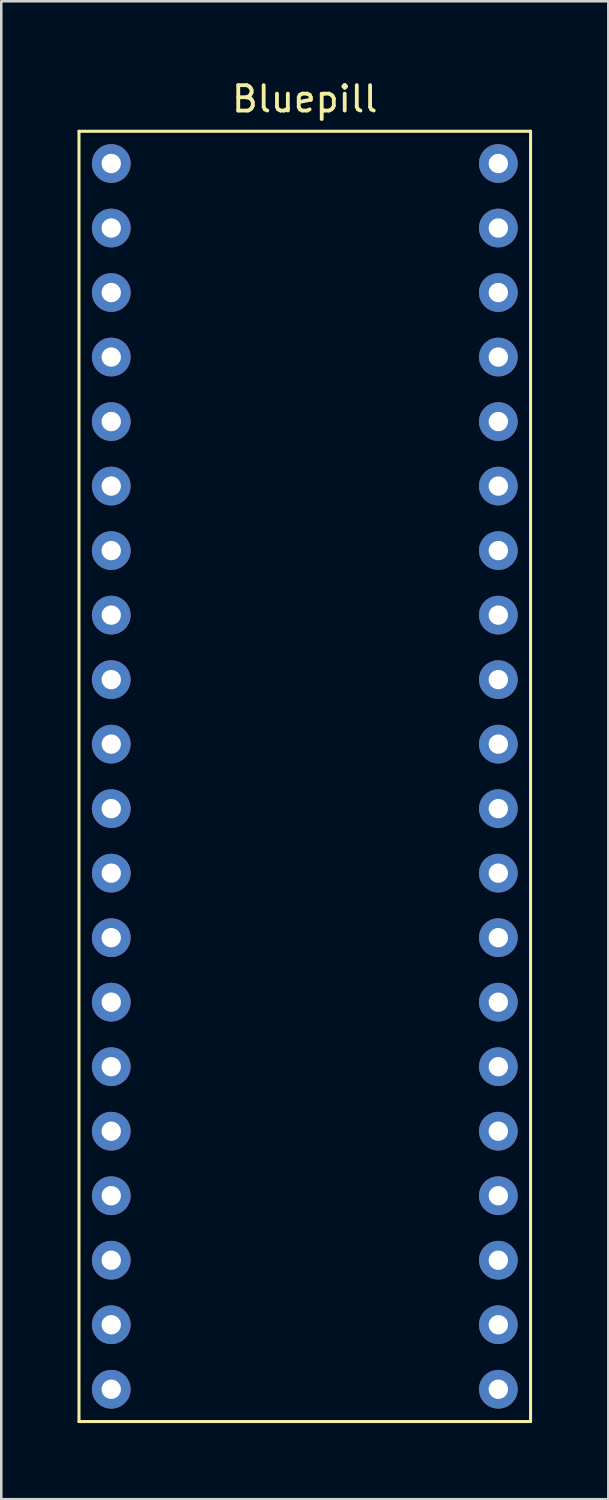
<source format=kicad_pcb>
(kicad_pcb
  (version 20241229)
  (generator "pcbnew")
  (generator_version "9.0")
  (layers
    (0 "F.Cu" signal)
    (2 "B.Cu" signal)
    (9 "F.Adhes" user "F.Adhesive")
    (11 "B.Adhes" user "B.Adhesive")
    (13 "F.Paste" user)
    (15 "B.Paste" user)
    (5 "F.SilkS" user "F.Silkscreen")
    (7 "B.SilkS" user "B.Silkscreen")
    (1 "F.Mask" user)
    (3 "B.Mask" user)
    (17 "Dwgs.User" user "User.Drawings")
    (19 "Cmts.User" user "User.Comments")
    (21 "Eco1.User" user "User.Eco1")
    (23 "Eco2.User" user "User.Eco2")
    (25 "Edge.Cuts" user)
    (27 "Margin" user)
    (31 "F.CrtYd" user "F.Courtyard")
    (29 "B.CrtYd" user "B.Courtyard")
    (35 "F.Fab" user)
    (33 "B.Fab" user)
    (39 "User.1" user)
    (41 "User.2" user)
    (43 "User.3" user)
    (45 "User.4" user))
  (footprint "Bluepill"
    (layer "F.Cu")
    (at 8.95 2.118)
    (property "Reference" "Bluepill" (at 0 -1.27 0) (layer "F.SilkS") (effects (font (size 1 1) (thickness 0.15))))
    (attr through_hole)
    (fp_line (start -8.89 0) (end 8.89 0) (stroke (width 0.12) (type solid)) (layer "F.SilkS"))
    (fp_line (start -8.89 50.8) (end -8.89 0) (stroke (width 0.12) (type solid)) (layer "F.SilkS"))
    (fp_line (start 8.89 0) (end 8.89 50.8) (stroke (width 0.12) (type solid)) (layer "F.SilkS"))
    (fp_line (start 8.89 50.8) (end -8.89 50.8) (stroke (width 0.12) (type solid)) (layer "F.SilkS"))
    (pad "1" thru_hole circle (at 7.62 49.53) (size 1.524 1.524) (drill 0.762) (layers "*.Cu" "*.Mask"))
    (pad "2" thru_hole circle (at 7.62 46.99) (size 1.524 1.524) (drill 0.762) (layers "*.Cu" "*.Mask"))
    (pad "3" thru_hole circle (at 7.62 44.45) (size 1.524 1.524) (drill 0.762) (layers "*.Cu" "*.Mask"))
    (pad "4" thru_hole circle (at 7.62 41.91) (size 1.524 1.524) (drill 0.762) (layers "*.Cu" "*.Mask"))
    (pad "7" thru_hole circle (at 7.62 8.89) (size 1.524 1.524) (drill 0.762) (layers "*.Cu" "*.Mask"))
    (pad "10" thru_hole circle (at 7.62 39.37) (size 1.524 1.524) (drill 0.762) (layers "*.Cu" "*.Mask"))
    (pad "11" thru_hole circle (at 7.62 36.83) (size 1.524 1.524) (drill 0.762) (layers "*.Cu" "*.Mask"))
    (pad "12" thru_hole circle (at 7.62 34.29) (size 1.524 1.524) (drill 0.762) (layers "*.Cu" "*.Mask"))
    (pad "13" thru_hole circle (at 7.62 31.75) (size 1.524 1.524) (drill 0.762) (layers "*.Cu" "*.Mask"))
    (pad "14" thru_hole circle (at 7.62 29.21) (size 1.524 1.524) (drill 0.762) (layers "*.Cu" "*.Mask"))
    (pad "15" thru_hole circle (at 7.62 26.67) (size 1.524 1.524) (drill 0.762) (layers "*.Cu" "*.Mask"))
    (pad "16" thru_hole circle (at 7.62 24.13) (size 1.524 1.524) (drill 0.762) (layers "*.Cu" "*.Mask"))
    (pad "17" thru_hole circle (at 7.62 21.59) (size 1.524 1.524) (drill 0.762) (layers "*.Cu" "*.Mask"))
    (pad "18" thru_hole circle (at 7.62 19.05) (size 1.524 1.524) (drill 0.762) (layers "*.Cu" "*.Mask"))
    (pad "19" thru_hole circle (at 7.62 16.51) (size 1.524 1.524) (drill 0.762) (layers "*.Cu" "*.Mask"))
    (pad "21" thru_hole circle (at 7.62 13.97) (size 1.524 1.524) (drill 0.762) (layers "*.Cu" "*.Mask"))
    (pad "22" thru_hole circle (at 7.62 11.43) (size 1.524 1.524) (drill 0.762) (layers "*.Cu" "*.Mask"))
    (pad "25" thru_hole circle (at -7.62 1.27) (size 1.524 1.524) (drill 0.762) (layers "*.Cu" "*.Mask"))
    (pad "26" thru_hole circle (at -7.62 3.81) (size 1.524 1.524) (drill 0.762) (layers "*.Cu" "*.Mask"))
    (pad "27" thru_hole circle (at -7.62 6.35) (size 1.524 1.524) (drill 0.762) (layers "*.Cu" "*.Mask"))
    (pad "28" thru_hole circle (at -7.62 8.89) (size 1.524 1.524) (drill 0.762) (layers "*.Cu" "*.Mask"))
    (pad "29" thru_hole circle (at -7.62 11.43) (size 1.524 1.524) (drill 0.762) (layers "*.Cu" "*.Mask"))
    (pad "30" thru_hole circle (at -7.62 13.97) (size 1.524 1.524) (drill 0.762) (layers "*.Cu" "*.Mask"))
    (pad "31" thru_hole circle (at -7.62 16.51) (size 1.524 1.524) (drill 0.762) (layers "*.Cu" "*.Mask"))
    (pad "32" thru_hole circle (at -7.62 19.05) (size 1.524 1.524) (drill 0.762) (layers "*.Cu" "*.Mask"))
    (pad "33" thru_hole circle (at -7.62 21.59) (size 1.524 1.524) (drill 0.762) (layers "*.Cu" "*.Mask"))
    (pad "38" thru_hole circle (at -7.62 24.13) (size 1.524 1.524) (drill 0.762) (layers "*.Cu" "*.Mask"))
    (pad "39" thru_hole circle (at -7.62 26.67) (size 1.524 1.524) (drill 0.762) (layers "*.Cu" "*.Mask"))
    (pad "40" thru_hole circle (at -7.62 29.21) (size 1.524 1.524) (drill 0.762) (layers "*.Cu" "*.Mask"))
    (pad "41" thru_hole circle (at -7.62 31.75) (size 1.524 1.524) (drill 0.762) (layers "*.Cu" "*.Mask"))
    (pad "42" thru_hole circle (at -7.62 34.29) (size 1.524 1.524) (drill 0.762) (layers "*.Cu" "*.Mask"))
    (pad "43" thru_hole circle (at -7.62 36.83) (size 1.524 1.524) (drill 0.762) (layers "*.Cu" "*.Mask"))
    (pad "45" thru_hole circle (at -7.62 39.37) (size 1.524 1.524) (drill 0.762) (layers "*.Cu" "*.Mask"))
    (pad "46" thru_hole circle (at -7.62 41.91) (size 1.524 1.524) (drill 0.762) (layers "*.Cu" "*.Mask"))
    (pad "47" thru_hole circle (at 7.62 6.35) (size 1.524 1.524) (drill 0.762) (layers "*.Cu" "*.Mask"))
    (pad "48" thru_hole circle (at 7.62 3.81) (size 1.524 1.524) (drill 0.762) (layers "*.Cu" "*.Mask"))
    (pad "49" thru_hole circle (at 7.62 1.27) (size 1.524 1.524) (drill 0.762) (layers "*.Cu" "*.Mask"))
    (pad "50" thru_hole circle (at -7.62 44.45) (size 1.524 1.524) (drill 0.762) (layers "*.Cu" "*.Mask"))
    (pad "51" thru_hole circle (at -7.62 46.99) (size 1.524 1.524) (drill 0.762) (layers "*.Cu" "*.Mask"))
    (pad "52" thru_hole circle (at -7.62 49.53) (size 1.524 1.524) (drill 0.762) (layers "*.Cu" "*.Mask")))
  (gr_rect
    (start -3 -3)
    (end 20.9 55.978)
    (stroke (width 0.1) (type default))
    (fill no)
    (layer "Edge.Cuts")))
</source>
